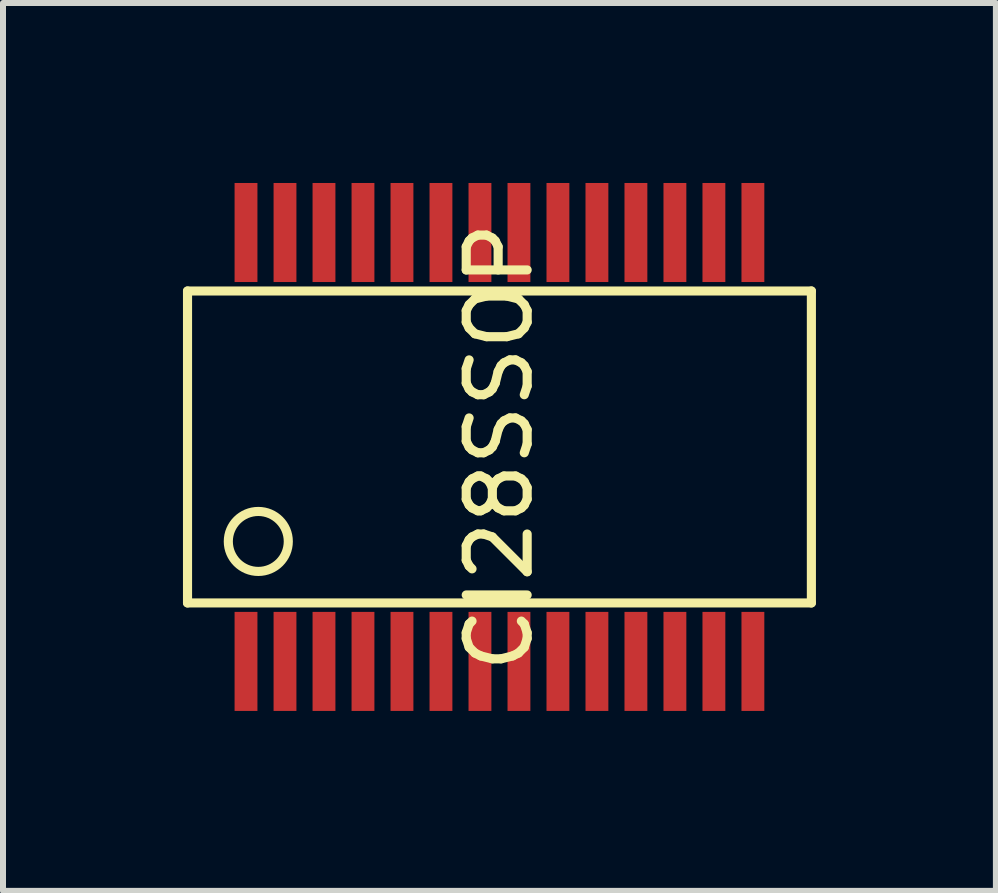
<source format=kicad_pcb>
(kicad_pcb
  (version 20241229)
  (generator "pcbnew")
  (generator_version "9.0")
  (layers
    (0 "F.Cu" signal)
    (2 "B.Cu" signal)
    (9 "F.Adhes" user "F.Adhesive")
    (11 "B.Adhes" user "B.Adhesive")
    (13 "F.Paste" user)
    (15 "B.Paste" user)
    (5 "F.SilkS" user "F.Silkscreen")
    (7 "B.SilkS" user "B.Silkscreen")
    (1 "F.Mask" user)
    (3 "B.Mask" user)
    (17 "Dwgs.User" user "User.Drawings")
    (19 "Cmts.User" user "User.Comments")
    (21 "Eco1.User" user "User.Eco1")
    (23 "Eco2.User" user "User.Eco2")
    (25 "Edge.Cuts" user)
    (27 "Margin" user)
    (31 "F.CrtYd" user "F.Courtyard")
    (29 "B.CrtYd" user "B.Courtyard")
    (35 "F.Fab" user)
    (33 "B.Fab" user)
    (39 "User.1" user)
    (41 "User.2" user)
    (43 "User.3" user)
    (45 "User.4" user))
  (footprint "CI28SSOP"
    (layer "F.Cu")
    (at 1.051 7.976)
    (property "Reference" "CI28SSOP" (at 4.225 -3.575 90) (layer "F.SilkS") (effects (font (size 1.016 1.016) (thickness 0.152))))
    (attr through_hole)
    (fp_line (start -0.975 -0.975) (end -0.975 -6.175) (stroke (width 0.152) (type solid)) (layer "F.SilkS"))
    (fp_line (start -0.975 -0.975) (end 9.425 -0.975) (stroke (width 0.152) (type solid)) (layer "F.SilkS"))
    (fp_line (start 9.425 -6.175) (end -0.975 -6.175) (stroke (width 0.152) (type solid)) (layer "F.SilkS"))
    (fp_line (start 9.425 -6.175) (end 9.425 -0.975) (stroke (width 0.152) (type solid)) (layer "F.SilkS"))
    (fp_circle (center 0.205 -2) (end 0.205 -2.5) (stroke (width 0.152) (type solid)) (fill no) (layer "F.SilkS"))
    (pad "1" smd rect (at 0 0) (size 0.381 1.651) (layers "F.Cu" "F.Mask" "F.Paste"))
    (pad "2" smd rect (at 0.65 0) (size 0.381 1.651) (layers "F.Cu" "F.Mask" "F.Paste"))
    (pad "3" smd rect (at 1.3 0) (size 0.381 1.651) (layers "F.Cu" "F.Mask" "F.Paste"))
    (pad "4" smd rect (at 1.95 0) (size 0.381 1.651) (layers "F.Cu" "F.Mask" "F.Paste"))
    (pad "5" smd rect (at 2.6 0) (size 0.381 1.651) (layers "F.Cu" "F.Mask" "F.Paste"))
    (pad "6" smd rect (at 3.25 0) (size 0.381 1.651) (layers "F.Cu" "F.Mask" "F.Paste"))
    (pad "7" smd rect (at 3.9 0) (size 0.381 1.651) (layers "F.Cu" "F.Mask" "F.Paste"))
    (pad "8" smd rect (at 4.55 0) (size 0.381 1.651) (layers "F.Cu" "F.Mask" "F.Paste"))
    (pad "9" smd rect (at 5.2 0) (size 0.381 1.651) (layers "F.Cu" "F.Mask" "F.Paste"))
    (pad "10" smd rect (at 5.85 0) (size 0.381 1.651) (layers "F.Cu" "F.Mask" "F.Paste"))
    (pad "11" smd rect (at 6.5 0) (size 0.381 1.651) (layers "F.Cu" "F.Mask" "F.Paste"))
    (pad "12" smd rect (at 7.15 0) (size 0.381 1.651) (layers "F.Cu" "F.Mask" "F.Paste"))
    (pad "13" smd rect (at 7.8 0) (size 0.381 1.651) (layers "F.Cu" "F.Mask" "F.Paste"))
    (pad "14" smd rect (at 8.45 0) (size 0.381 1.651) (layers "F.Cu" "F.Mask" "F.Paste"))
    (pad "15" smd rect (at 8.45 -7.15) (size 0.381 1.651) (layers "F.Cu" "F.Mask" "F.Paste"))
    (pad "16" smd rect (at 7.8 -7.15) (size 0.381 1.651) (layers "F.Cu" "F.Mask" "F.Paste"))
    (pad "17" smd rect (at 7.15 -7.15) (size 0.381 1.651) (layers "F.Cu" "F.Mask" "F.Paste"))
    (pad "18" smd rect (at 6.5 -7.15) (size 0.381 1.651) (layers "F.Cu" "F.Mask" "F.Paste"))
    (pad "19" smd rect (at 5.85 -7.15) (size 0.381 1.651) (layers "F.Cu" "F.Mask" "F.Paste"))
    (pad "20" smd rect (at 5.2 -7.15) (size 0.381 1.651) (layers "F.Cu" "F.Mask" "F.Paste"))
    (pad "21" smd rect (at 4.55 -7.15) (size 0.381 1.651) (layers "F.Cu" "F.Mask" "F.Paste"))
    (pad "22" smd rect (at 3.9 -7.15) (size 0.381 1.651) (layers "F.Cu" "F.Mask" "F.Paste"))
    (pad "23" smd rect (at 3.25 -7.15) (size 0.381 1.651) (layers "F.Cu" "F.Mask" "F.Paste"))
    (pad "24" smd rect (at 2.6 -7.15) (size 0.381 1.651) (layers "F.Cu" "F.Mask" "F.Paste"))
    (pad "25" smd rect (at 1.95 -7.15) (size 0.381 1.651) (layers "F.Cu" "F.Mask" "F.Paste"))
    (pad "26" smd rect (at 1.3 -7.15) (size 0.381 1.651) (layers "F.Cu" "F.Mask" "F.Paste"))
    (pad "27" smd rect (at 0.65 -7.15) (size 0.381 1.651) (layers "F.Cu" "F.Mask" "F.Paste"))
    (pad "28" smd rect (at 0 -7.15) (size 0.381 1.651) (layers "F.Cu" "F.Mask" "F.Paste")))
  (gr_rect
    (start -3 -3)
    (end 13.552 11.801)
    (stroke (width 0.1) (type default))
    (fill no)
    (layer "Edge.Cuts")))
</source>
